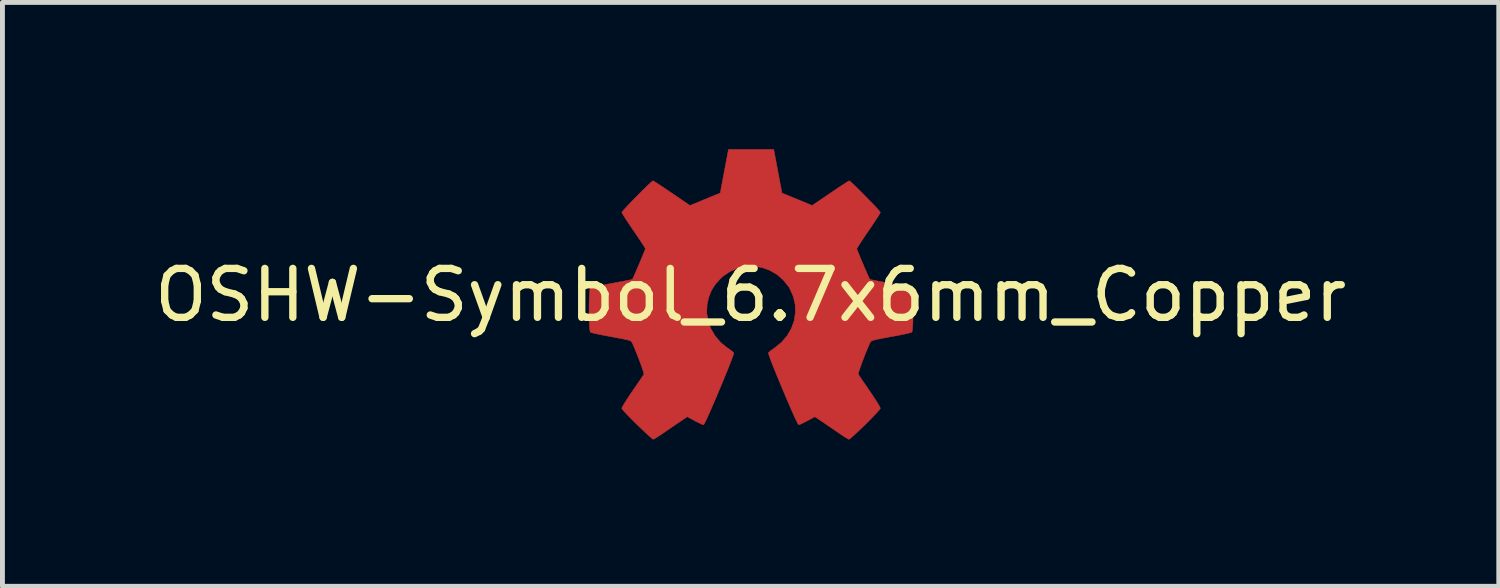
<source format=kicad_pcb>
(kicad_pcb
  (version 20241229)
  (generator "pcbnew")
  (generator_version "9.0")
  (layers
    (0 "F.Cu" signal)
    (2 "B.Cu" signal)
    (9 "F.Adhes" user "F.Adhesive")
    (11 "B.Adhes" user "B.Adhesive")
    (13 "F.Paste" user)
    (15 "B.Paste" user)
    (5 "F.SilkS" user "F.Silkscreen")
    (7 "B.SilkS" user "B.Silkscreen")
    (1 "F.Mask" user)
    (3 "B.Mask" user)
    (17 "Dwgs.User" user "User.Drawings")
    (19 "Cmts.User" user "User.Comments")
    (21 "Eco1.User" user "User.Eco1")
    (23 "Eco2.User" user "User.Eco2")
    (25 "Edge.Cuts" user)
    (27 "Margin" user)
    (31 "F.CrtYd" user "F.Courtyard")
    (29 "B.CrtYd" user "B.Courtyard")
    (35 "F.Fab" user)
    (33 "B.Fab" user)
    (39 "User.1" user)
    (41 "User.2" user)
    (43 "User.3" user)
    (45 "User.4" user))
  (footprint "OSHW-Symbol_6.7x6mm_Copper"
    (layer "F.Cu")
    (at 12.292 2.981)
    (property "Reference" "OSHW-Symbol_6.7x6mm_Copper" (at 0 0 0) (layer "F.SilkS") (effects (font (size 1 1) (thickness 0.15))))
    (attr exclude_from_pos_files exclude_from_bom allow_missing_courtyard)
    (fp_poly (pts (xy 0.556 -2.531) (xy 0.64 -2.086) (xy 0.949 -1.959) (xy 1.258 -1.831) (xy 1.629 -2.084) (xy 1.733 -2.154) (xy 1.827 -2.217) (xy 1.907 -2.269) (xy 1.967 -2.308) (xy 2.005 -2.331) (xy 2.015 -2.336) (xy 2.034 -2.323) (xy 2.073 -2.288) (xy 2.13 -2.235) (xy 2.198 -2.168) (xy 2.274 -2.093) (xy 2.353 -2.013) (xy 2.431 -1.932) (xy 2.504 -1.857) (xy 2.567 -1.79) (xy 2.615 -1.737) (xy 2.644 -1.702) (xy 2.651 -1.69) (xy 2.641 -1.669) (xy 2.613 -1.621) (xy 2.569 -1.553) (xy 2.513 -1.468) (xy 2.448 -1.371) (xy 2.41 -1.316) (xy 2.341 -1.215) (xy 2.28 -1.124) (xy 2.23 -1.047) (xy 2.193 -0.989) (xy 2.172 -0.955) (xy 2.169 -0.948) (xy 2.176 -0.927) (xy 2.195 -0.879) (xy 2.223 -0.811) (xy 2.257 -0.729) (xy 2.295 -0.64) (xy 2.333 -0.55) (xy 2.369 -0.467) (xy 2.4 -0.396) (xy 2.423 -0.346) (xy 2.435 -0.322) (xy 2.436 -0.321) (xy 2.455 -0.316) (xy 2.505 -0.306) (xy 2.581 -0.291) (xy 2.678 -0.272) (xy 2.791 -0.251) (xy 2.856 -0.239) (xy 2.977 -0.216) (xy 3.086 -0.194) (xy 3.177 -0.174) (xy 3.246 -0.158) (xy 3.287 -0.147) (xy 3.296 -0.143) (xy 3.304 -0.119) (xy 3.31 -0.064) (xy 3.315 0.015) (xy 3.318 0.112) (xy 3.32 0.22) (xy 3.321 0.333) (xy 3.319 0.445) (xy 3.317 0.549) (xy 3.312 0.638) (xy 3.307 0.707) (xy 3.299 0.748) (xy 3.295 0.757) (xy 3.269 0.767) (xy 3.213 0.782) (xy 3.136 0.799) (xy 3.044 0.818) (xy 3.012 0.824) (xy 2.858 0.852) (xy 2.735 0.875) (xy 2.642 0.893) (xy 2.572 0.908) (xy 2.523 0.919) (xy 2.491 0.929) (xy 2.471 0.938) (xy 2.459 0.947) (xy 2.457 0.948) (xy 2.44 0.976) (xy 2.415 1.031) (xy 2.383 1.105) (xy 2.347 1.192) (xy 2.311 1.286) (xy 2.275 1.379) (xy 2.244 1.466) (xy 2.219 1.539) (xy 2.203 1.592) (xy 2.199 1.618) (xy 2.2 1.619) (xy 2.214 1.64) (xy 2.245 1.687) (xy 2.291 1.755) (xy 2.349 1.838) (xy 2.413 1.933) (xy 2.432 1.96) (xy 2.498 2.057) (xy 2.556 2.146) (xy 2.603 2.221) (xy 2.635 2.278) (xy 2.651 2.311) (xy 2.651 2.315) (xy 2.638 2.336) (xy 2.603 2.377) (xy 2.549 2.435) (xy 2.482 2.505) (xy 2.406 2.582) (xy 2.326 2.662) (xy 2.245 2.74) (xy 2.17 2.811) (xy 2.103 2.872) (xy 2.051 2.918) (xy 2.017 2.944) (xy 2.008 2.948) (xy 1.986 2.938) (xy 1.941 2.911) (xy 1.88 2.872) (xy 1.834 2.84) (xy 1.749 2.782) (xy 1.65 2.714) (xy 1.549 2.646) (xy 1.496 2.609) (xy 1.313 2.486) (xy 1.16 2.569) (xy 1.091 2.605) (xy 1.031 2.633) (xy 0.991 2.649) (xy 0.981 2.651) (xy 0.969 2.635) (xy 0.945 2.588) (xy 0.91 2.516) (xy 0.868 2.422) (xy 0.818 2.31) (xy 0.764 2.186) (xy 0.708 2.053) (xy 0.65 1.916) (xy 0.593 1.779) (xy 0.538 1.646) (xy 0.488 1.522) (xy 0.443 1.411) (xy 0.407 1.317) (xy 0.381 1.244) (xy 0.366 1.197) (xy 0.363 1.181) (xy 0.382 1.16) (xy 0.424 1.127) (xy 0.48 1.088) (xy 0.484 1.085) (xy 0.628 0.969) (xy 0.744 0.835) (xy 0.831 0.686) (xy 0.889 0.526) (xy 0.915 0.36) (xy 0.91 0.192) (xy 0.871 0.026) (xy 0.799 -0.134) (xy 0.778 -0.169) (xy 0.667 -0.309) (xy 0.536 -0.422) (xy 0.39 -0.507) (xy 0.233 -0.563) (xy 0.069 -0.589) (xy -0.097 -0.585) (xy -0.26 -0.551) (xy -0.416 -0.485) (xy -0.56 -0.388) (xy -0.605 -0.348) (xy -0.719 -0.224) (xy -0.802 -0.094) (xy -0.859 0.052) (xy -0.89 0.197) (xy -0.898 0.36) (xy -0.872 0.523) (xy -0.815 0.682) (xy -0.729 0.831) (xy -0.617 0.964) (xy -0.482 1.075) (xy -0.464 1.087) (xy -0.408 1.126) (xy -0.365 1.159) (xy -0.345 1.18) (xy -0.344 1.181) (xy -0.349 1.204) (xy -0.366 1.256) (xy -0.395 1.333) (xy -0.433 1.431) (xy -0.478 1.545) (xy -0.53 1.672) (xy -0.585 1.806) (xy -0.643 1.943) (xy -0.7 2.08) (xy -0.757 2.211) (xy -0.81 2.333) (xy -0.858 2.441) (xy -0.899 2.532) (xy -0.932 2.599) (xy -0.954 2.64) (xy -0.963 2.651) (xy -0.99 2.643) (xy -1.04 2.62) (xy -1.106 2.588) (xy -1.142 2.569) (xy -1.295 2.486) (xy -1.477 2.609) (xy -1.57 2.672) (xy -1.672 2.742) (xy -1.767 2.807) (xy -1.815 2.84) (xy -1.882 2.885) (xy -1.939 2.921) (xy -1.979 2.943) (xy -1.991 2.948) (xy -2.01 2.935) (xy -2.051 2.9) (xy -2.11 2.847) (xy -2.185 2.778) (xy -2.269 2.698) (xy -2.323 2.646) (xy -2.416 2.554) (xy -2.497 2.472) (xy -2.562 2.403) (xy -2.608 2.351) (xy -2.631 2.319) (xy -2.633 2.312) (xy -2.623 2.287) (xy -2.594 2.237) (xy -2.551 2.167) (xy -2.496 2.082) (xy -2.432 1.986) (xy -2.413 1.96) (xy -2.347 1.863) (xy -2.287 1.776) (xy -2.238 1.704) (xy -2.202 1.65) (xy -2.183 1.622) (xy -2.181 1.619) (xy -2.184 1.596) (xy -2.199 1.545) (xy -2.223 1.474) (xy -2.253 1.389) (xy -2.288 1.296) (xy -2.325 1.202) (xy -2.361 1.113) (xy -2.393 1.038) (xy -2.419 0.981) (xy -2.437 0.95) (xy -2.438 0.948) (xy -2.449 0.94) (xy -2.468 0.931) (xy -2.498 0.921) (xy -2.543 0.91) (xy -2.608 0.896) (xy -2.697 0.879) (xy -2.813 0.857) (xy -2.962 0.83) (xy -2.994 0.824) (xy -3.089 0.805) (xy -3.172 0.787) (xy -3.235 0.772) (xy -3.271 0.76) (xy -3.276 0.757) (xy -3.284 0.732) (xy -3.291 0.677) (xy -3.296 0.597) (xy -3.3 0.5) (xy -3.302 0.392) (xy -3.302 0.279) (xy -3.301 0.167) (xy -3.298 0.064) (xy -3.294 -0.026) (xy -3.289 -0.094) (xy -3.281 -0.135) (xy -3.277 -0.143) (xy -3.253 -0.152) (xy -3.197 -0.166) (xy -3.117 -0.183) (xy -3.016 -0.204) (xy -2.901 -0.227) (xy -2.838 -0.239) (xy -2.719 -0.261) (xy -2.613 -0.281) (xy -2.524 -0.298) (xy -2.46 -0.311) (xy -2.423 -0.319) (xy -2.417 -0.321) (xy -2.407 -0.34) (xy -2.386 -0.387) (xy -2.356 -0.455) (xy -2.32 -0.537) (xy -2.282 -0.626) (xy -2.244 -0.716) (xy -2.209 -0.8) (xy -2.18 -0.871) (xy -2.16 -0.922) (xy -2.151 -0.948) (xy -2.151 -0.949) (xy -2.161 -0.968) (xy -2.189 -1.014) (xy -2.233 -1.081) (xy -2.289 -1.165) (xy -2.354 -1.261) (xy -2.392 -1.316) (xy -2.461 -1.418) (xy -2.522 -1.509) (xy -2.573 -1.587) (xy -2.61 -1.647) (xy -2.63 -1.683) (xy -2.633 -1.691) (xy -2.62 -1.709) (xy -2.585 -1.75) (xy -2.533 -1.807) (xy -2.467 -1.876) (xy -2.393 -1.953) (xy -2.314 -2.033) (xy -2.235 -2.113) (xy -2.16 -2.187) (xy -2.095 -2.25) (xy -2.043 -2.299) (xy -2.008 -2.329) (xy -1.996 -2.336) (xy -1.978 -2.326) (xy -1.933 -2.298) (xy -1.866 -2.255) (xy -1.781 -2.199) (xy -1.684 -2.133) (xy -1.611 -2.084) (xy -1.24 -1.831) (xy -0.621 -2.086) (xy -0.537 -2.531) (xy -0.453 -2.976) (xy 0.472 -2.976) (xy 0.556 -2.531)) (stroke (width 0.01) (type solid)) (fill yes) (layer "F.Cu")))
  (gr_rect
    (start -3 -3)
    (end 27.583 8.934)
    (stroke (width 0.1) (type default))
    (fill no)
    (layer "Edge.Cuts")))
</source>
